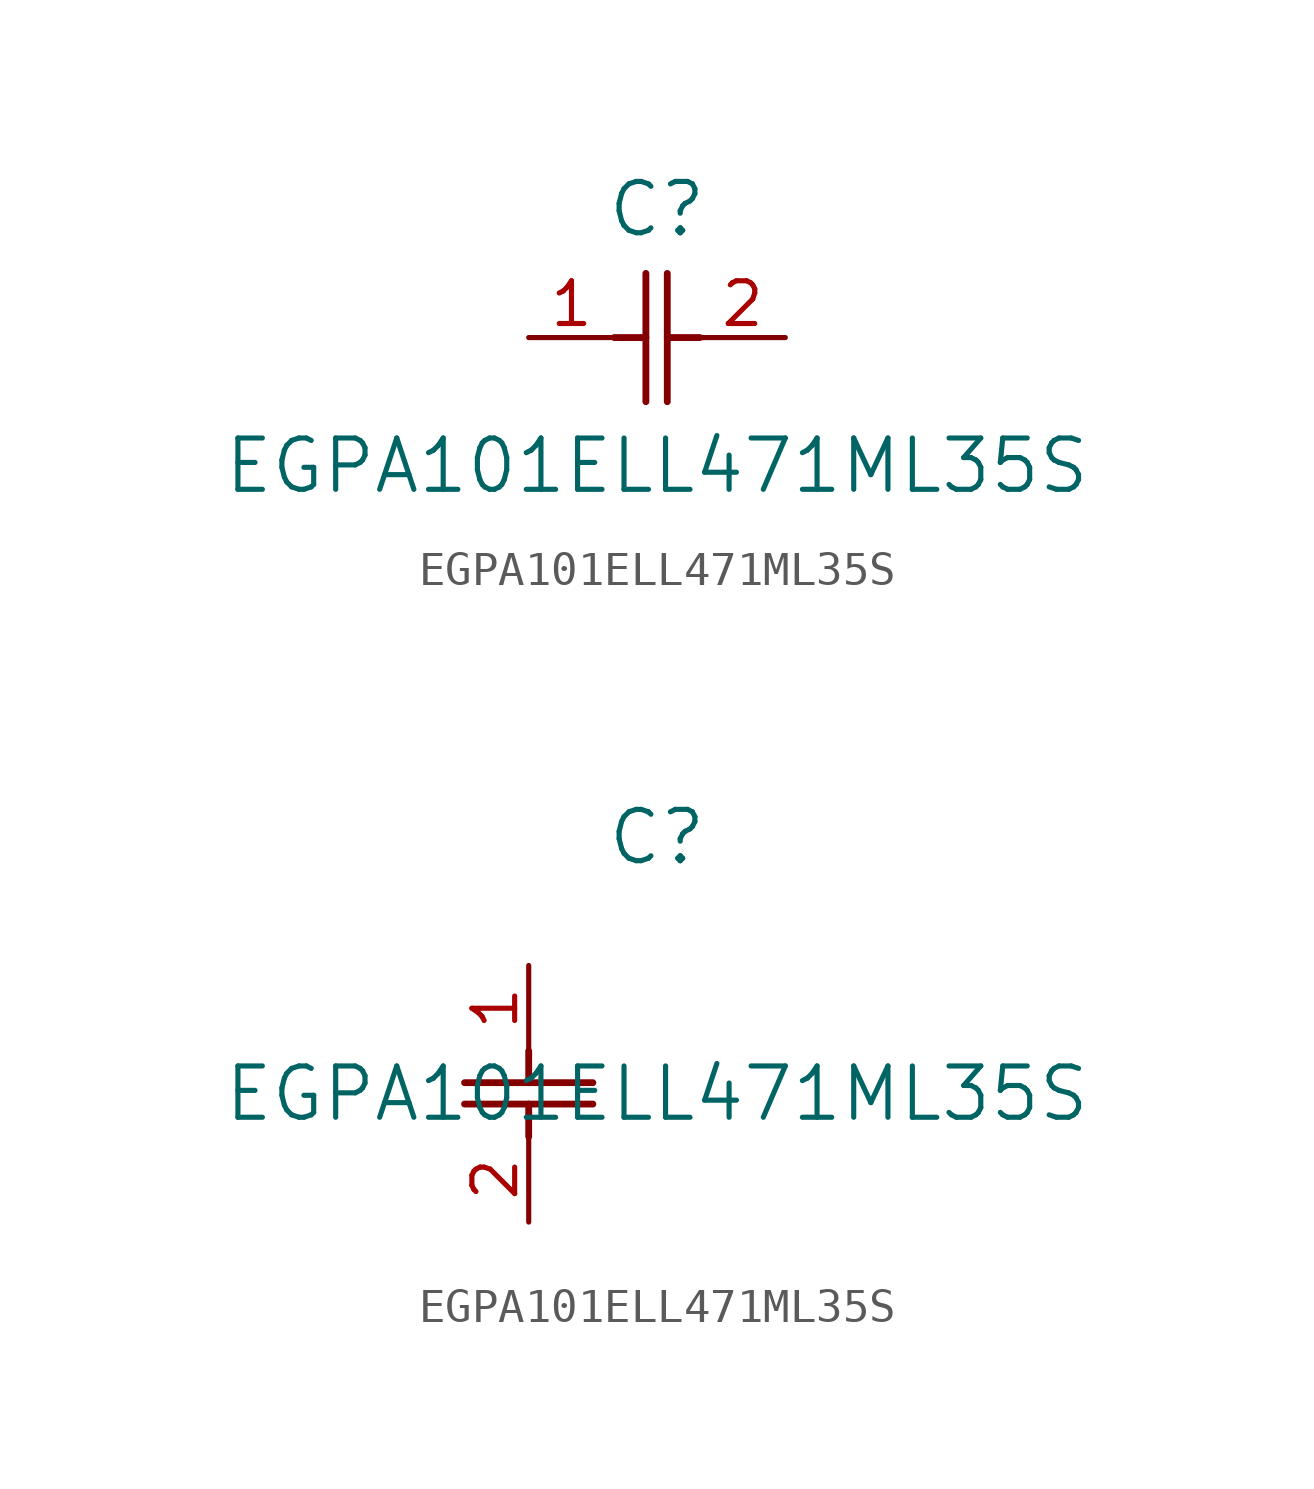
<source format=kicad_sym>
(kicad_symbol_lib
  (version 20211014)
  (generator kicad_symbol_editor)
  (symbol "EGPA101ELL471ML35S"
    (pin_names
      (offset 0.254))
    (property "Reference" "C"
      (at 3.81 3.81 0)
      (effects (font (size 1.524 1.524))))
    (property "Value" "EGPA101ELL471ML35S"
      (at 3.81 -3.81 0)
      (effects (font (size 1.524 1.524))))
    (symbol "EGPA101ELL471ML35S_1_1"
      (polyline (pts (xy 3.48 -1.905) (xy 3.48 1.905)) (stroke (width 0.203) (type default) (color 0 0 0 0)) (fill (type none)))
      (polyline (pts (xy 4.115 -1.905) (xy 4.115 1.905)) (stroke (width 0.203) (type default) (color 0 0 0 0)) (fill (type none)))
      (polyline (pts (xy 4.115 0) (xy 5.08 0)) (stroke (width 0.203) (type default) (color 0 0 0 0)) (fill (type none)))
      (polyline (pts (xy 2.54 0) (xy 3.48 0)) (stroke (width 0.203) (type default) (color 0 0 0 0)) (fill (type none)))
      (pin unspecified line (at 0 0 0) (length 2.54) (name "" (effects (font (size 1.27 1.27)))) (number "1" (effects (font (size 1.27 1.27)))))
      (pin unspecified line (at 7.62 0 180) (length 2.54) (name "" (effects (font (size 1.27 1.27)))) (number "2" (effects (font (size 1.27 1.27))))))
    (symbol "EGPA101ELL471ML35S_1_2"
      (polyline (pts (xy -1.905 -3.48) (xy 1.905 -3.48)) (stroke (width 0.203) (type default) (color 0 0 0 0)) (fill (type none)))
      (polyline (pts (xy -1.905 -4.115) (xy 1.905 -4.115)) (stroke (width 0.203) (type default) (color 0 0 0 0)) (fill (type none)))
      (polyline (pts (xy 0 -4.115) (xy 0 -5.08)) (stroke (width 0.203) (type default) (color 0 0 0 0)) (fill (type none)))
      (polyline (pts (xy 0 -2.54) (xy 0 -3.48)) (stroke (width 0.203) (type default) (color 0 0 0 0)) (fill (type none)))
      (pin unspecified line (at 0 0 270) (length 2.54) (name "" (effects (font (size 1.27 1.27)))) (number "1" (effects (font (size 1.27 1.27)))))
      (pin unspecified line (at 0 -7.62 90) (length 2.54) (name "" (effects (font (size 1.27 1.27)))) (number "2" (effects (font (size 1.27 1.27))))))))
</source>
